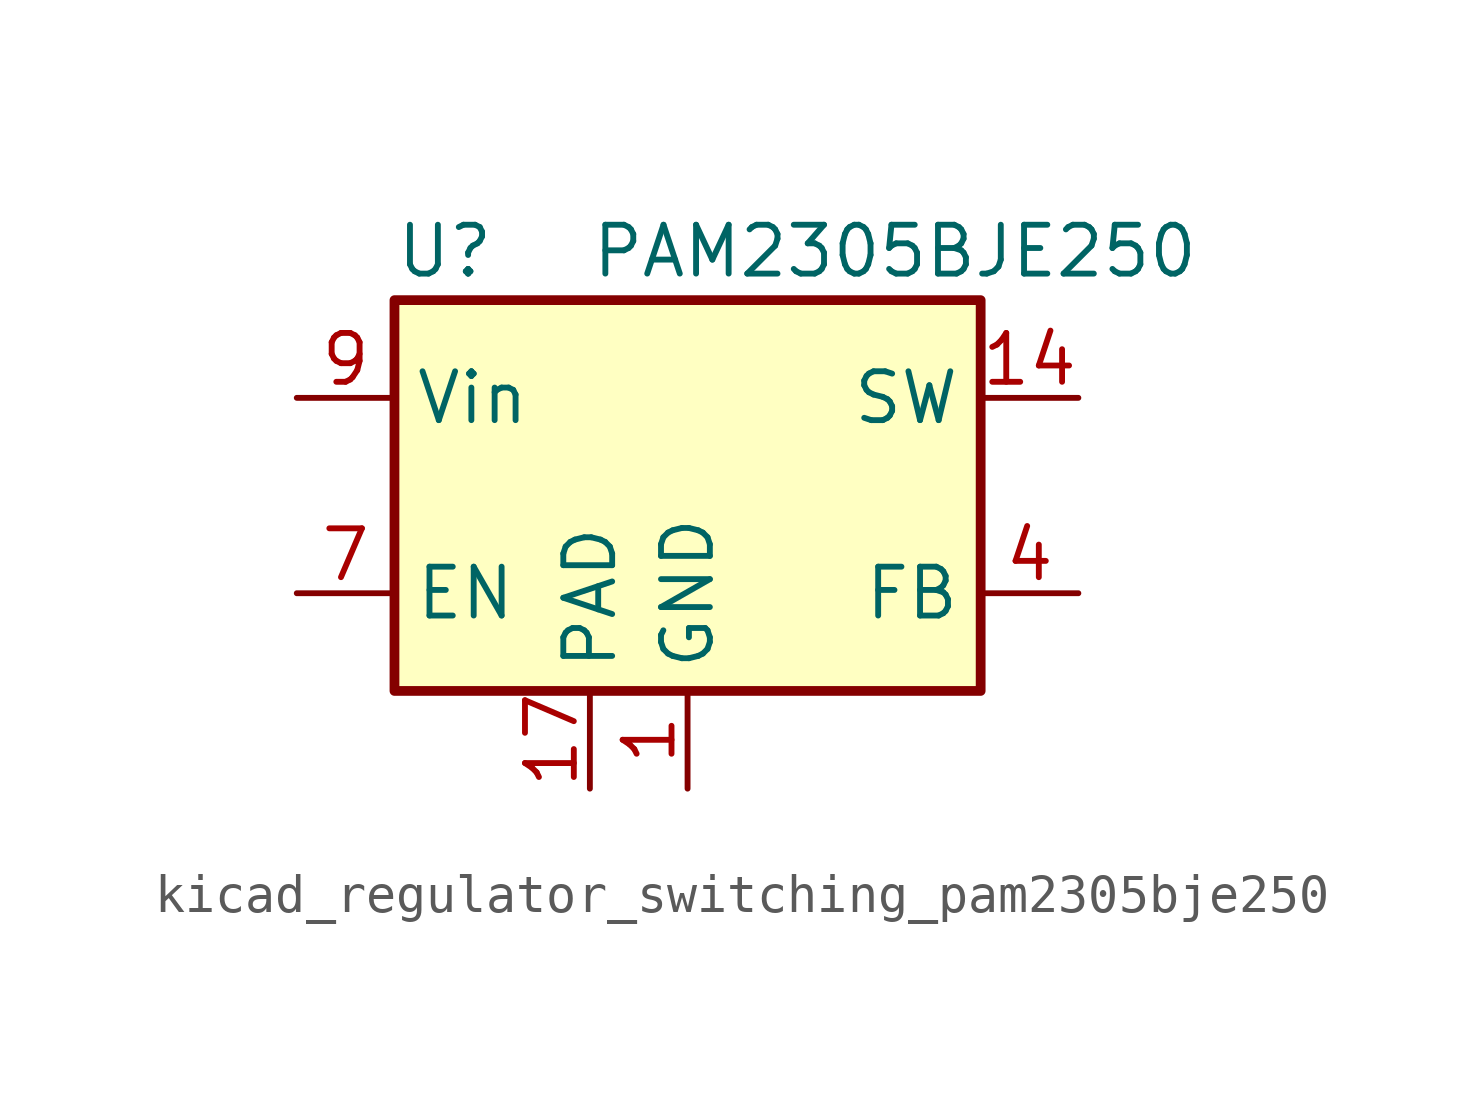
<source format=kicad_sym>
(kicad_symbol_lib
  (version 20220914)
  (generator kicad_symbol_editor)
  (symbol "kicad_regulator_switching_pam2305bje250"
    (property "Reference" "U"
      (at -7.62 6.35 0)
      (effects (font (size 1.27 1.27)) (justify left)))
    (property "Value" "PAM2305BJE250"
      (at -2.54 6.35 0)
      (effects (font (size 1.27 1.27)) (justify left)))
    (symbol "kicad_regulator_switching_pam2305bje250_0_1"
      (rectangle (start -7.62 5.08) (end 7.62 -5.08) (stroke (width 0.254) (type default)) (fill (type background))))
    (symbol "kicad_regulator_switching_pam2305bje250_1_1"
      (pin power_in line (at 0 -7.62 90) (length 2.54) (name "GND" (effects (font (size 1.27 1.27)))) (number "1" (effects (font (size 1.27 1.27)))))
      (pin passive line (at -10.16 2.54 0) (length 2.54) hide (name "Vin" (effects (font (size 1.27 1.27)))) (number "10" (effects (font (size 1.27 1.27)))))
      (pin passive line (at -10.16 2.54 0) (length 2.54) hide (name "Vin" (effects (font (size 1.27 1.27)))) (number "11" (effects (font (size 1.27 1.27)))))
      (pin passive line (at -10.16 2.54 0) (length 2.54) hide (name "Vin" (effects (font (size 1.27 1.27)))) (number "12" (effects (font (size 1.27 1.27)))))
      (pin passive line (at 10.16 2.54 180) (length 2.54) hide (name "SW" (effects (font (size 1.27 1.27)))) (number "13" (effects (font (size 1.27 1.27)))))
      (pin output line (at 10.16 2.54 180) (length 2.54) (name "SW" (effects (font (size 1.27 1.27)))) (number "14" (effects (font (size 1.27 1.27)))))
      (pin passive line (at 10.16 2.54 180) (length 2.54) hide (name "SW" (effects (font (size 1.27 1.27)))) (number "15" (effects (font (size 1.27 1.27)))))
      (pin no_connect line (at 2.54 -5.08 90) (length 2.54) hide (name "NC" (effects (font (size 1.27 1.27)))) (number "16" (effects (font (size 1.27 1.27)))))
      (pin passive line (at -2.54 -7.62 90) (length 2.54) (name "PAD" (effects (font (size 1.27 1.27)))) (number "17" (effects (font (size 1.27 1.27)))))
      (pin passive line (at 0 -7.62 90) (length 2.54) hide (name "GND" (effects (font (size 1.27 1.27)))) (number "2" (effects (font (size 1.27 1.27)))))
      (pin passive line (at 0 -7.62 90) (length 2.54) hide (name "GND" (effects (font (size 1.27 1.27)))) (number "3" (effects (font (size 1.27 1.27)))))
      (pin input line (at 10.16 -2.54 180) (length 2.54) (name "FB" (effects (font (size 1.27 1.27)))) (number "4" (effects (font (size 1.27 1.27)))))
      (pin passive line (at 0 -7.62 90) (length 2.54) hide (name "GND" (effects (font (size 1.27 1.27)))) (number "5" (effects (font (size 1.27 1.27)))))
      (pin no_connect line (at -7.62 0 0) (length 2.54) hide (name "NC" (effects (font (size 1.27 1.27)))) (number "6" (effects (font (size 1.27 1.27)))))
      (pin input line (at -10.16 -2.54 0) (length 2.54) (name "EN" (effects (font (size 1.27 1.27)))) (number "7" (effects (font (size 1.27 1.27)))))
      (pin no_connect line (at 7.62 0 180) (length 2.54) hide (name "NC" (effects (font (size 1.27 1.27)))) (number "8" (effects (font (size 1.27 1.27)))))
      (pin power_in line (at -10.16 2.54 0) (length 2.54) (name "Vin" (effects (font (size 1.27 1.27)))) (number "9" (effects (font (size 1.27 1.27))))))))
</source>
